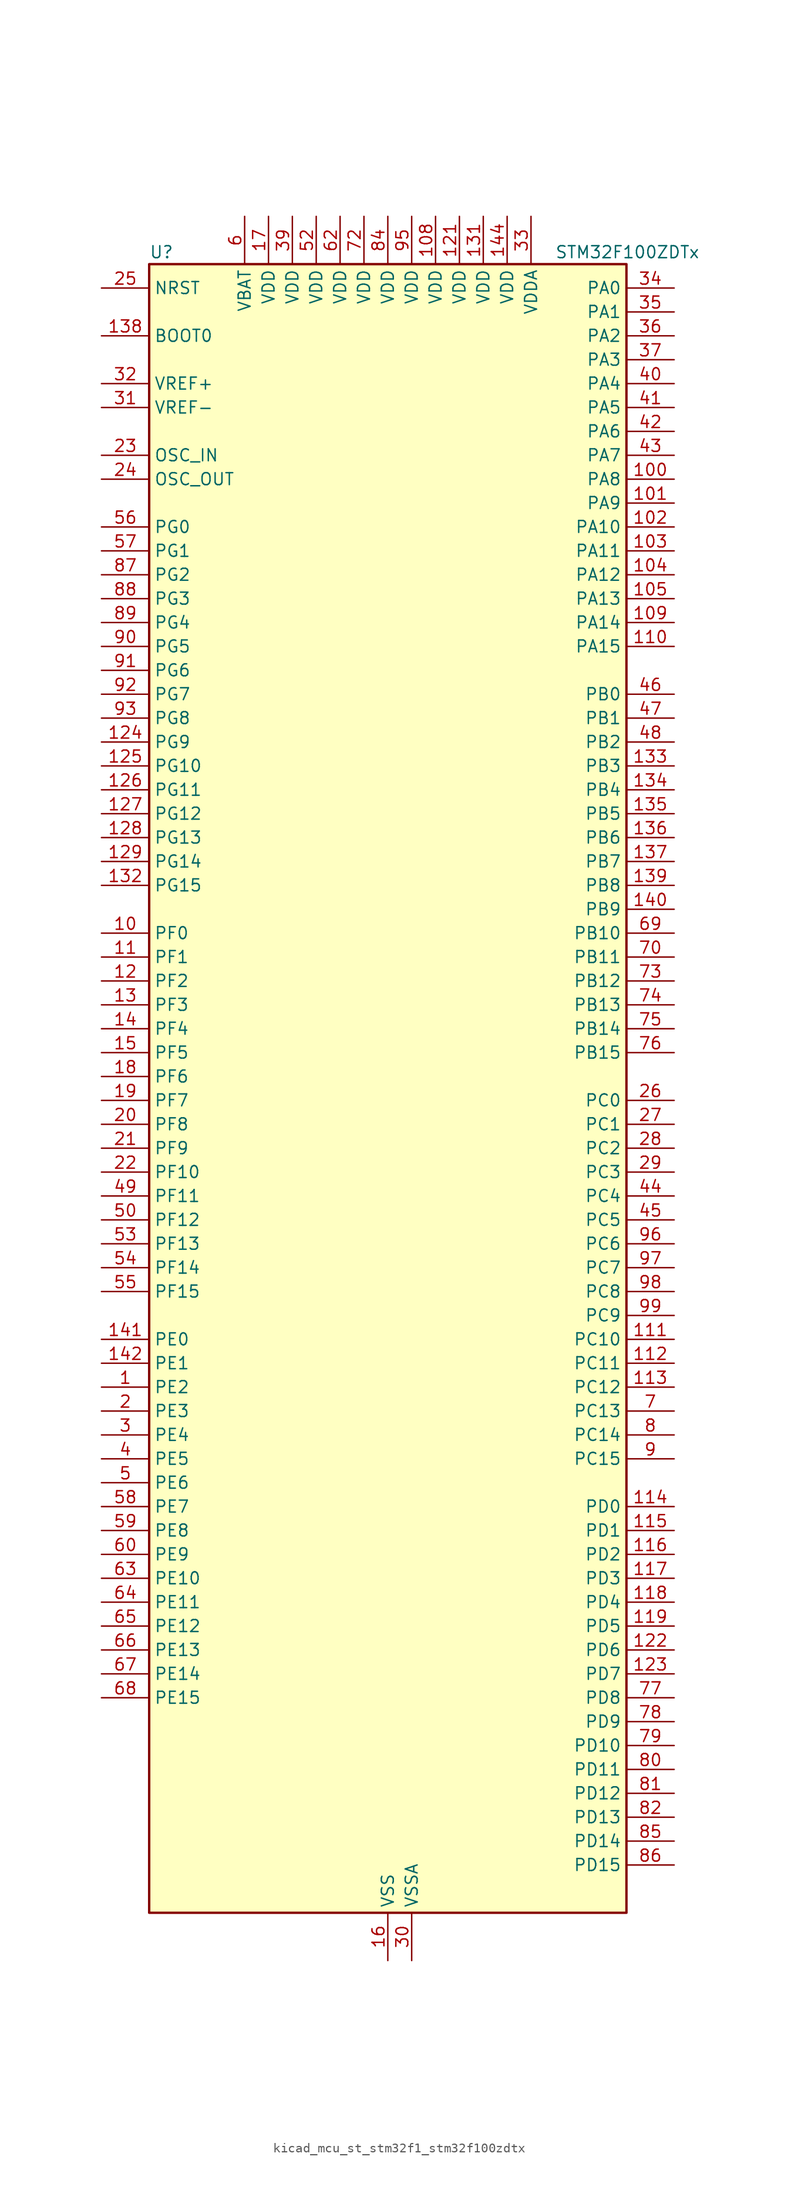
<source format=kicad_sym>
(kicad_symbol_lib
  (version 20220914)
  (generator kicad_symbol_editor)
  (symbol "kicad_mcu_st_stm32f1_stm32f100zdtx"
    (property "Reference" "U"
      (at -25.4 90.17 0)
      (effects (font (size 1.27 1.27)) (justify left)))
    (property "Value" "STM32F100ZDTx"
      (at 17.78 90.17 0)
      (effects (font (size 1.27 1.27)) (justify left)))
    (property "ki_locked" ""
      (at 0 0 0)
      (effects (font (size 1.27 1.27))))
    (symbol "kicad_mcu_st_stm32f1_stm32f100zdtx_0_1"
      (rectangle (start -25.4 -86.36) (end 25.4 88.9) (stroke (width 0.254) (type default)) (fill (type background))))
    (symbol "kicad_mcu_st_stm32f1_stm32f100zdtx_1_1"
      (pin bidirectional line (at -30.48 -30.48 0) (length 5.08) (name "PE2" (effects (font (size 1.27 1.27)))) (number "1" (effects (font (size 1.27 1.27)))) (alternate "FSMC_A23" bidirectional line) (alternate "SYS_TRACECLK" bidirectional line))
      (pin bidirectional line (at -30.48 17.78 0) (length 5.08) (name "PF0" (effects (font (size 1.27 1.27)))) (number "10" (effects (font (size 1.27 1.27)))) (alternate "FSMC_A0" bidirectional line))
      (pin bidirectional line (at 30.48 66.04 180) (length 5.08) (name "PA8" (effects (font (size 1.27 1.27)))) (number "100" (effects (font (size 1.27 1.27)))) (alternate "RCC_MCO" bidirectional line) (alternate "TIM1_CH1" bidirectional line) (alternate "USART1_CK" bidirectional line))
      (pin bidirectional line (at 30.48 63.5 180) (length 5.08) (name "PA9" (effects (font (size 1.27 1.27)))) (number "101" (effects (font (size 1.27 1.27)))) (alternate "DAC_EXTI9" bidirectional line) (alternate "TIM15_BKIN" bidirectional line) (alternate "TIM1_CH2" bidirectional line) (alternate "USART1_TX" bidirectional line))
      (pin bidirectional line (at 30.48 60.96 180) (length 5.08) (name "PA10" (effects (font (size 1.27 1.27)))) (number "102" (effects (font (size 1.27 1.27)))) (alternate "TIM17_BKIN" bidirectional line) (alternate "TIM1_CH3" bidirectional line) (alternate "USART1_RX" bidirectional line))
      (pin bidirectional line (at 30.48 58.42 180) (length 5.08) (name "PA11" (effects (font (size 1.27 1.27)))) (number "103" (effects (font (size 1.27 1.27)))) (alternate "ADC1_EXTI11" bidirectional line) (alternate "TIM1_CH4" bidirectional line) (alternate "USART1_CTS" bidirectional line))
      (pin bidirectional line (at 30.48 55.88 180) (length 5.08) (name "PA12" (effects (font (size 1.27 1.27)))) (number "104" (effects (font (size 1.27 1.27)))) (alternate "TIM1_ETR" bidirectional line) (alternate "USART1_RTS" bidirectional line))
      (pin bidirectional line (at 30.48 53.34 180) (length 5.08) (name "PA13" (effects (font (size 1.27 1.27)))) (number "105" (effects (font (size 1.27 1.27)))) (alternate "SYS_JTMS-SWDIO" bidirectional line))
      (pin no_connect line (at -25.4 -86.36 0) (length 5.08) hide (name "NC" (effects (font (size 1.27 1.27)))) (number "106" (effects (font (size 1.27 1.27)))))
      (pin passive line (at 0 -91.44 90) (length 5.08) hide (name "VSS" (effects (font (size 1.27 1.27)))) (number "107" (effects (font (size 1.27 1.27)))))
      (pin power_in line (at 5.08 93.98 270) (length 5.08) (name "VDD" (effects (font (size 1.27 1.27)))) (number "108" (effects (font (size 1.27 1.27)))))
      (pin bidirectional line (at 30.48 50.8 180) (length 5.08) (name "PA14" (effects (font (size 1.27 1.27)))) (number "109" (effects (font (size 1.27 1.27)))) (alternate "SYS_JTCK-SWCLK" bidirectional line))
      (pin bidirectional line (at -30.48 15.24 0) (length 5.08) (name "PF1" (effects (font (size 1.27 1.27)))) (number "11" (effects (font (size 1.27 1.27)))) (alternate "FSMC_A1" bidirectional line))
      (pin bidirectional line (at 30.48 48.26 180) (length 5.08) (name "PA15" (effects (font (size 1.27 1.27)))) (number "110" (effects (font (size 1.27 1.27)))) (alternate "ADC1_EXTI15" bidirectional line) (alternate "SPI1_NSS" bidirectional line) (alternate "SPI3_NSS" bidirectional line) (alternate "SYS_JTDI" bidirectional line) (alternate "TIM2_CH1" bidirectional line) (alternate "TIM2_ETR" bidirectional line))
      (pin bidirectional line (at 30.48 -25.4 180) (length 5.08) (name "PC10" (effects (font (size 1.27 1.27)))) (number "111" (effects (font (size 1.27 1.27)))) (alternate "UART4_TX" bidirectional line) (alternate "USART3_TX" bidirectional line))
      (pin bidirectional line (at 30.48 -27.94 180) (length 5.08) (name "PC11" (effects (font (size 1.27 1.27)))) (number "112" (effects (font (size 1.27 1.27)))) (alternate "ADC1_EXTI11" bidirectional line) (alternate "UART4_RX" bidirectional line) (alternate "USART3_RX" bidirectional line))
      (pin bidirectional line (at 30.48 -30.48 180) (length 5.08) (name "PC12" (effects (font (size 1.27 1.27)))) (number "113" (effects (font (size 1.27 1.27)))) (alternate "UART5_TX" bidirectional line) (alternate "USART3_CK" bidirectional line))
      (pin bidirectional line (at 30.48 -43.18 180) (length 5.08) (name "PD0" (effects (font (size 1.27 1.27)))) (number "114" (effects (font (size 1.27 1.27)))) (alternate "FSMC_D2" bidirectional line) (alternate "FSMC_DA2" bidirectional line))
      (pin bidirectional line (at 30.48 -45.72 180) (length 5.08) (name "PD1" (effects (font (size 1.27 1.27)))) (number "115" (effects (font (size 1.27 1.27)))) (alternate "FSMC_D3" bidirectional line) (alternate "FSMC_DA3" bidirectional line))
      (pin bidirectional line (at 30.48 -48.26 180) (length 5.08) (name "PD2" (effects (font (size 1.27 1.27)))) (number "116" (effects (font (size 1.27 1.27)))) (alternate "TIM3_ETR" bidirectional line) (alternate "UART5_RX" bidirectional line))
      (pin bidirectional line (at 30.48 -50.8 180) (length 5.08) (name "PD3" (effects (font (size 1.27 1.27)))) (number "117" (effects (font (size 1.27 1.27)))) (alternate "FSMC_CLK" bidirectional line) (alternate "USART2_CTS" bidirectional line))
      (pin bidirectional line (at 30.48 -53.34 180) (length 5.08) (name "PD4" (effects (font (size 1.27 1.27)))) (number "118" (effects (font (size 1.27 1.27)))) (alternate "FSMC_NOE" bidirectional line) (alternate "USART2_RTS" bidirectional line))
      (pin bidirectional line (at 30.48 -55.88 180) (length 5.08) (name "PD5" (effects (font (size 1.27 1.27)))) (number "119" (effects (font (size 1.27 1.27)))) (alternate "FSMC_NWE" bidirectional line) (alternate "USART2_TX" bidirectional line))
      (pin bidirectional line (at -30.48 12.7 0) (length 5.08) (name "PF2" (effects (font (size 1.27 1.27)))) (number "12" (effects (font (size 1.27 1.27)))) (alternate "FSMC_A2" bidirectional line))
      (pin passive line (at 0 -91.44 90) (length 5.08) hide (name "VSS" (effects (font (size 1.27 1.27)))) (number "120" (effects (font (size 1.27 1.27)))))
      (pin power_in line (at 7.62 93.98 270) (length 5.08) (name "VDD" (effects (font (size 1.27 1.27)))) (number "121" (effects (font (size 1.27 1.27)))))
      (pin bidirectional line (at 30.48 -58.42 180) (length 5.08) (name "PD6" (effects (font (size 1.27 1.27)))) (number "122" (effects (font (size 1.27 1.27)))) (alternate "FSMC_NWAIT" bidirectional line) (alternate "USART2_RX" bidirectional line))
      (pin bidirectional line (at 30.48 -60.96 180) (length 5.08) (name "PD7" (effects (font (size 1.27 1.27)))) (number "123" (effects (font (size 1.27 1.27)))) (alternate "FSMC_NE1" bidirectional line) (alternate "USART2_CK" bidirectional line))
      (pin bidirectional line (at -30.48 38.1 0) (length 5.08) (name "PG9" (effects (font (size 1.27 1.27)))) (number "124" (effects (font (size 1.27 1.27)))) (alternate "DAC_EXTI9" bidirectional line) (alternate "FSMC_NE2" bidirectional line))
      (pin bidirectional line (at -30.48 35.56 0) (length 5.08) (name "PG10" (effects (font (size 1.27 1.27)))) (number "125" (effects (font (size 1.27 1.27)))) (alternate "FSMC_NE3" bidirectional line))
      (pin bidirectional line (at -30.48 33.02 0) (length 5.08) (name "PG11" (effects (font (size 1.27 1.27)))) (number "126" (effects (font (size 1.27 1.27)))) (alternate "ADC1_EXTI11" bidirectional line))
      (pin bidirectional line (at -30.48 30.48 0) (length 5.08) (name "PG12" (effects (font (size 1.27 1.27)))) (number "127" (effects (font (size 1.27 1.27)))) (alternate "FSMC_NE4" bidirectional line))
      (pin bidirectional line (at -30.48 27.94 0) (length 5.08) (name "PG13" (effects (font (size 1.27 1.27)))) (number "128" (effects (font (size 1.27 1.27)))) (alternate "FSMC_A24" bidirectional line))
      (pin bidirectional line (at -30.48 25.4 0) (length 5.08) (name "PG14" (effects (font (size 1.27 1.27)))) (number "129" (effects (font (size 1.27 1.27)))) (alternate "FSMC_A25" bidirectional line))
      (pin bidirectional line (at -30.48 10.16 0) (length 5.08) (name "PF3" (effects (font (size 1.27 1.27)))) (number "13" (effects (font (size 1.27 1.27)))) (alternate "FSMC_A3" bidirectional line))
      (pin passive line (at 0 -91.44 90) (length 5.08) hide (name "VSS" (effects (font (size 1.27 1.27)))) (number "130" (effects (font (size 1.27 1.27)))))
      (pin power_in line (at 10.16 93.98 270) (length 5.08) (name "VDD" (effects (font (size 1.27 1.27)))) (number "131" (effects (font (size 1.27 1.27)))))
      (pin bidirectional line (at -30.48 22.86 0) (length 5.08) (name "PG15" (effects (font (size 1.27 1.27)))) (number "132" (effects (font (size 1.27 1.27)))) (alternate "ADC1_EXTI15" bidirectional line))
      (pin bidirectional line (at 30.48 35.56 180) (length 5.08) (name "PB3" (effects (font (size 1.27 1.27)))) (number "133" (effects (font (size 1.27 1.27)))) (alternate "SPI1_SCK" bidirectional line) (alternate "SPI3_SCK" bidirectional line) (alternate "SYS_JTDO-TRACESWO" bidirectional line) (alternate "TIM2_CH2" bidirectional line))
      (pin bidirectional line (at 30.48 33.02 180) (length 5.08) (name "PB4" (effects (font (size 1.27 1.27)))) (number "134" (effects (font (size 1.27 1.27)))) (alternate "SPI1_MISO" bidirectional line) (alternate "SPI3_MISO" bidirectional line) (alternate "SYS_NJTRST" bidirectional line) (alternate "TIM3_CH1" bidirectional line))
      (pin bidirectional line (at 30.48 30.48 180) (length 5.08) (name "PB5" (effects (font (size 1.27 1.27)))) (number "135" (effects (font (size 1.27 1.27)))) (alternate "I2C1_SMBA" bidirectional line) (alternate "SPI1_MOSI" bidirectional line) (alternate "SPI3_MOSI" bidirectional line) (alternate "TIM16_BKIN" bidirectional line) (alternate "TIM3_CH2" bidirectional line))
      (pin bidirectional line (at 30.48 27.94 180) (length 5.08) (name "PB6" (effects (font (size 1.27 1.27)))) (number "136" (effects (font (size 1.27 1.27)))) (alternate "I2C1_SCL" bidirectional line) (alternate "TIM16_CH1N" bidirectional line) (alternate "TIM4_CH1" bidirectional line) (alternate "USART1_TX" bidirectional line))
      (pin bidirectional line (at 30.48 25.4 180) (length 5.08) (name "PB7" (effects (font (size 1.27 1.27)))) (number "137" (effects (font (size 1.27 1.27)))) (alternate "FSMC_NL" bidirectional line) (alternate "I2C1_SDA" bidirectional line) (alternate "TIM17_CH1N" bidirectional line) (alternate "TIM4_CH2" bidirectional line) (alternate "USART1_RX" bidirectional line))
      (pin input line (at -30.48 81.28 0) (length 5.08) (name "BOOT0" (effects (font (size 1.27 1.27)))) (number "138" (effects (font (size 1.27 1.27)))))
      (pin bidirectional line (at 30.48 22.86 180) (length 5.08) (name "PB8" (effects (font (size 1.27 1.27)))) (number "139" (effects (font (size 1.27 1.27)))) (alternate "CEC" bidirectional line) (alternate "I2C1_SCL" bidirectional line) (alternate "TIM16_CH1" bidirectional line) (alternate "TIM4_CH3" bidirectional line))
      (pin bidirectional line (at -30.48 7.62 0) (length 5.08) (name "PF4" (effects (font (size 1.27 1.27)))) (number "14" (effects (font (size 1.27 1.27)))) (alternate "FSMC_A4" bidirectional line))
      (pin bidirectional line (at 30.48 20.32 180) (length 5.08) (name "PB9" (effects (font (size 1.27 1.27)))) (number "140" (effects (font (size 1.27 1.27)))) (alternate "DAC_EXTI9" bidirectional line) (alternate "I2C1_SDA" bidirectional line) (alternate "TIM17_CH1" bidirectional line) (alternate "TIM4_CH4" bidirectional line))
      (pin bidirectional line (at -30.48 -25.4 0) (length 5.08) (name "PE0" (effects (font (size 1.27 1.27)))) (number "141" (effects (font (size 1.27 1.27)))) (alternate "FSMC_NBL0" bidirectional line) (alternate "TIM4_ETR" bidirectional line))
      (pin bidirectional line (at -30.48 -27.94 0) (length 5.08) (name "PE1" (effects (font (size 1.27 1.27)))) (number "142" (effects (font (size 1.27 1.27)))) (alternate "FSMC_NBL1" bidirectional line))
      (pin passive line (at 0 -91.44 90) (length 5.08) hide (name "VSS" (effects (font (size 1.27 1.27)))) (number "143" (effects (font (size 1.27 1.27)))))
      (pin power_in line (at 12.7 93.98 270) (length 5.08) (name "VDD" (effects (font (size 1.27 1.27)))) (number "144" (effects (font (size 1.27 1.27)))))
      (pin bidirectional line (at -30.48 5.08 0) (length 5.08) (name "PF5" (effects (font (size 1.27 1.27)))) (number "15" (effects (font (size 1.27 1.27)))) (alternate "FSMC_A5" bidirectional line))
      (pin power_in line (at 0 -91.44 90) (length 5.08) (name "VSS" (effects (font (size 1.27 1.27)))) (number "16" (effects (font (size 1.27 1.27)))))
      (pin power_in line (at -12.7 93.98 270) (length 5.08) (name "VDD" (effects (font (size 1.27 1.27)))) (number "17" (effects (font (size 1.27 1.27)))))
      (pin bidirectional line (at -30.48 2.54 0) (length 5.08) (name "PF6" (effects (font (size 1.27 1.27)))) (number "18" (effects (font (size 1.27 1.27)))))
      (pin bidirectional line (at -30.48 0 0) (length 5.08) (name "PF7" (effects (font (size 1.27 1.27)))) (number "19" (effects (font (size 1.27 1.27)))))
      (pin bidirectional line (at -30.48 -33.02 0) (length 5.08) (name "PE3" (effects (font (size 1.27 1.27)))) (number "2" (effects (font (size 1.27 1.27)))) (alternate "FSMC_A19" bidirectional line) (alternate "SYS_TRACED0" bidirectional line))
      (pin bidirectional line (at -30.48 -2.54 0) (length 5.08) (name "PF8" (effects (font (size 1.27 1.27)))) (number "20" (effects (font (size 1.27 1.27)))))
      (pin bidirectional line (at -30.48 -5.08 0) (length 5.08) (name "PF9" (effects (font (size 1.27 1.27)))) (number "21" (effects (font (size 1.27 1.27)))) (alternate "DAC_EXTI9" bidirectional line))
      (pin bidirectional line (at -30.48 -7.62 0) (length 5.08) (name "PF10" (effects (font (size 1.27 1.27)))) (number "22" (effects (font (size 1.27 1.27)))))
      (pin input line (at -30.48 68.58 0) (length 5.08) (name "OSC_IN" (effects (font (size 1.27 1.27)))) (number "23" (effects (font (size 1.27 1.27)))) (alternate "RCC_OSC_IN" bidirectional line))
      (pin input line (at -30.48 66.04 0) (length 5.08) (name "OSC_OUT" (effects (font (size 1.27 1.27)))) (number "24" (effects (font (size 1.27 1.27)))) (alternate "RCC_OSC_OUT" bidirectional line))
      (pin input line (at -30.48 86.36 0) (length 5.08) (name "NRST" (effects (font (size 1.27 1.27)))) (number "25" (effects (font (size 1.27 1.27)))))
      (pin bidirectional line (at 30.48 0 180) (length 5.08) (name "PC0" (effects (font (size 1.27 1.27)))) (number "26" (effects (font (size 1.27 1.27)))) (alternate "ADC1_IN10" bidirectional line))
      (pin bidirectional line (at 30.48 -2.54 180) (length 5.08) (name "PC1" (effects (font (size 1.27 1.27)))) (number "27" (effects (font (size 1.27 1.27)))) (alternate "ADC1_IN11" bidirectional line))
      (pin bidirectional line (at 30.48 -5.08 180) (length 5.08) (name "PC2" (effects (font (size 1.27 1.27)))) (number "28" (effects (font (size 1.27 1.27)))) (alternate "ADC1_IN12" bidirectional line))
      (pin bidirectional line (at 30.48 -7.62 180) (length 5.08) (name "PC3" (effects (font (size 1.27 1.27)))) (number "29" (effects (font (size 1.27 1.27)))) (alternate "ADC1_IN13" bidirectional line))
      (pin bidirectional line (at -30.48 -35.56 0) (length 5.08) (name "PE4" (effects (font (size 1.27 1.27)))) (number "3" (effects (font (size 1.27 1.27)))) (alternate "FSMC_A20" bidirectional line) (alternate "SYS_TRACED1" bidirectional line))
      (pin power_in line (at 2.54 -91.44 90) (length 5.08) (name "VSSA" (effects (font (size 1.27 1.27)))) (number "30" (effects (font (size 1.27 1.27)))))
      (pin input line (at -30.48 73.66 0) (length 5.08) (name "VREF-" (effects (font (size 1.27 1.27)))) (number "31" (effects (font (size 1.27 1.27)))))
      (pin input line (at -30.48 76.2 0) (length 5.08) (name "VREF+" (effects (font (size 1.27 1.27)))) (number "32" (effects (font (size 1.27 1.27)))))
      (pin power_in line (at 15.24 93.98 270) (length 5.08) (name "VDDA" (effects (font (size 1.27 1.27)))) (number "33" (effects (font (size 1.27 1.27)))))
      (pin bidirectional line (at 30.48 86.36 180) (length 5.08) (name "PA0" (effects (font (size 1.27 1.27)))) (number "34" (effects (font (size 1.27 1.27)))) (alternate "ADC1_IN0" bidirectional line) (alternate "SYS_WKUP" bidirectional line) (alternate "TIM2_CH1" bidirectional line) (alternate "TIM2_ETR" bidirectional line) (alternate "TIM5_CH1" bidirectional line) (alternate "USART2_CTS" bidirectional line))
      (pin bidirectional line (at 30.48 83.82 180) (length 5.08) (name "PA1" (effects (font (size 1.27 1.27)))) (number "35" (effects (font (size 1.27 1.27)))) (alternate "ADC1_IN1" bidirectional line) (alternate "TIM2_CH2" bidirectional line) (alternate "TIM5_CH2" bidirectional line) (alternate "USART2_RTS" bidirectional line))
      (pin bidirectional line (at 30.48 81.28 180) (length 5.08) (name "PA2" (effects (font (size 1.27 1.27)))) (number "36" (effects (font (size 1.27 1.27)))) (alternate "ADC1_IN2" bidirectional line) (alternate "TIM15_CH1" bidirectional line) (alternate "TIM2_CH3" bidirectional line) (alternate "TIM5_CH3" bidirectional line) (alternate "USART2_TX" bidirectional line))
      (pin bidirectional line (at 30.48 78.74 180) (length 5.08) (name "PA3" (effects (font (size 1.27 1.27)))) (number "37" (effects (font (size 1.27 1.27)))) (alternate "ADC1_IN3" bidirectional line) (alternate "TIM15_CH2" bidirectional line) (alternate "TIM2_CH4" bidirectional line) (alternate "TIM5_CH4" bidirectional line) (alternate "USART2_RX" bidirectional line))
      (pin passive line (at 0 -91.44 90) (length 5.08) hide (name "VSS" (effects (font (size 1.27 1.27)))) (number "38" (effects (font (size 1.27 1.27)))))
      (pin power_in line (at -10.16 93.98 270) (length 5.08) (name "VDD" (effects (font (size 1.27 1.27)))) (number "39" (effects (font (size 1.27 1.27)))))
      (pin bidirectional line (at -30.48 -38.1 0) (length 5.08) (name "PE5" (effects (font (size 1.27 1.27)))) (number "4" (effects (font (size 1.27 1.27)))) (alternate "FSMC_A21" bidirectional line) (alternate "SYS_TRACED2" bidirectional line))
      (pin bidirectional line (at 30.48 76.2 180) (length 5.08) (name "PA4" (effects (font (size 1.27 1.27)))) (number "40" (effects (font (size 1.27 1.27)))) (alternate "ADC1_IN4" bidirectional line) (alternate "DAC_OUT1" bidirectional line) (alternate "SPI1_NSS" bidirectional line) (alternate "USART2_CK" bidirectional line))
      (pin bidirectional line (at 30.48 73.66 180) (length 5.08) (name "PA5" (effects (font (size 1.27 1.27)))) (number "41" (effects (font (size 1.27 1.27)))) (alternate "ADC1_IN5" bidirectional line) (alternate "DAC_OUT2" bidirectional line) (alternate "SPI1_SCK" bidirectional line))
      (pin bidirectional line (at 30.48 71.12 180) (length 5.08) (name "PA6" (effects (font (size 1.27 1.27)))) (number "42" (effects (font (size 1.27 1.27)))) (alternate "ADC1_IN6" bidirectional line) (alternate "SPI1_MISO" bidirectional line) (alternate "TIM16_CH1" bidirectional line) (alternate "TIM1_BKIN" bidirectional line) (alternate "TIM3_CH1" bidirectional line))
      (pin bidirectional line (at 30.48 68.58 180) (length 5.08) (name "PA7" (effects (font (size 1.27 1.27)))) (number "43" (effects (font (size 1.27 1.27)))) (alternate "ADC1_IN7" bidirectional line) (alternate "SPI1_MOSI" bidirectional line) (alternate "TIM17_CH1" bidirectional line) (alternate "TIM1_CH1N" bidirectional line) (alternate "TIM3_CH2" bidirectional line))
      (pin bidirectional line (at 30.48 -10.16 180) (length 5.08) (name "PC4" (effects (font (size 1.27 1.27)))) (number "44" (effects (font (size 1.27 1.27)))) (alternate "ADC1_IN14" bidirectional line) (alternate "TIM12_CH1" bidirectional line))
      (pin bidirectional line (at 30.48 -12.7 180) (length 5.08) (name "PC5" (effects (font (size 1.27 1.27)))) (number "45" (effects (font (size 1.27 1.27)))) (alternate "ADC1_IN15" bidirectional line) (alternate "TIM12_CH2" bidirectional line))
      (pin bidirectional line (at 30.48 43.18 180) (length 5.08) (name "PB0" (effects (font (size 1.27 1.27)))) (number "46" (effects (font (size 1.27 1.27)))) (alternate "ADC1_IN8" bidirectional line) (alternate "TIM13_CH1" bidirectional line) (alternate "TIM1_CH2N" bidirectional line) (alternate "TIM3_CH3" bidirectional line))
      (pin bidirectional line (at 30.48 40.64 180) (length 5.08) (name "PB1" (effects (font (size 1.27 1.27)))) (number "47" (effects (font (size 1.27 1.27)))) (alternate "ADC1_IN9" bidirectional line) (alternate "TIM14_CH1" bidirectional line) (alternate "TIM1_CH3N" bidirectional line) (alternate "TIM3_CH4" bidirectional line))
      (pin bidirectional line (at 30.48 38.1 180) (length 5.08) (name "PB2" (effects (font (size 1.27 1.27)))) (number "48" (effects (font (size 1.27 1.27)))))
      (pin bidirectional line (at -30.48 -10.16 0) (length 5.08) (name "PF11" (effects (font (size 1.27 1.27)))) (number "49" (effects (font (size 1.27 1.27)))) (alternate "ADC1_EXTI11" bidirectional line))
      (pin bidirectional line (at -30.48 -40.64 0) (length 5.08) (name "PE6" (effects (font (size 1.27 1.27)))) (number "5" (effects (font (size 1.27 1.27)))) (alternate "FSMC_A22" bidirectional line) (alternate "SYS_TRACED3" bidirectional line))
      (pin bidirectional line (at -30.48 -12.7 0) (length 5.08) (name "PF12" (effects (font (size 1.27 1.27)))) (number "50" (effects (font (size 1.27 1.27)))) (alternate "FSMC_A6" bidirectional line))
      (pin passive line (at 0 -91.44 90) (length 5.08) hide (name "VSS" (effects (font (size 1.27 1.27)))) (number "51" (effects (font (size 1.27 1.27)))))
      (pin power_in line (at -7.62 93.98 270) (length 5.08) (name "VDD" (effects (font (size 1.27 1.27)))) (number "52" (effects (font (size 1.27 1.27)))))
      (pin bidirectional line (at -30.48 -15.24 0) (length 5.08) (name "PF13" (effects (font (size 1.27 1.27)))) (number "53" (effects (font (size 1.27 1.27)))) (alternate "FSMC_A7" bidirectional line))
      (pin bidirectional line (at -30.48 -17.78 0) (length 5.08) (name "PF14" (effects (font (size 1.27 1.27)))) (number "54" (effects (font (size 1.27 1.27)))) (alternate "FSMC_A8" bidirectional line))
      (pin bidirectional line (at -30.48 -20.32 0) (length 5.08) (name "PF15" (effects (font (size 1.27 1.27)))) (number "55" (effects (font (size 1.27 1.27)))) (alternate "ADC1_EXTI15" bidirectional line) (alternate "FSMC_A9" bidirectional line))
      (pin bidirectional line (at -30.48 60.96 0) (length 5.08) (name "PG0" (effects (font (size 1.27 1.27)))) (number "56" (effects (font (size 1.27 1.27)))) (alternate "FSMC_A10" bidirectional line))
      (pin bidirectional line (at -30.48 58.42 0) (length 5.08) (name "PG1" (effects (font (size 1.27 1.27)))) (number "57" (effects (font (size 1.27 1.27)))) (alternate "FSMC_A11" bidirectional line))
      (pin bidirectional line (at -30.48 -43.18 0) (length 5.08) (name "PE7" (effects (font (size 1.27 1.27)))) (number "58" (effects (font (size 1.27 1.27)))) (alternate "FSMC_D4" bidirectional line) (alternate "FSMC_DA4" bidirectional line) (alternate "TIM1_ETR" bidirectional line))
      (pin bidirectional line (at -30.48 -45.72 0) (length 5.08) (name "PE8" (effects (font (size 1.27 1.27)))) (number "59" (effects (font (size 1.27 1.27)))) (alternate "FSMC_D5" bidirectional line) (alternate "FSMC_DA5" bidirectional line) (alternate "TIM1_CH1N" bidirectional line))
      (pin power_in line (at -15.24 93.98 270) (length 5.08) (name "VBAT" (effects (font (size 1.27 1.27)))) (number "6" (effects (font (size 1.27 1.27)))))
      (pin bidirectional line (at -30.48 -48.26 0) (length 5.08) (name "PE9" (effects (font (size 1.27 1.27)))) (number "60" (effects (font (size 1.27 1.27)))) (alternate "DAC_EXTI9" bidirectional line) (alternate "FSMC_D6" bidirectional line) (alternate "FSMC_DA6" bidirectional line) (alternate "TIM1_CH1" bidirectional line))
      (pin passive line (at 0 -91.44 90) (length 5.08) hide (name "VSS" (effects (font (size 1.27 1.27)))) (number "61" (effects (font (size 1.27 1.27)))))
      (pin power_in line (at -5.08 93.98 270) (length 5.08) (name "VDD" (effects (font (size 1.27 1.27)))) (number "62" (effects (font (size 1.27 1.27)))))
      (pin bidirectional line (at -30.48 -50.8 0) (length 5.08) (name "PE10" (effects (font (size 1.27 1.27)))) (number "63" (effects (font (size 1.27 1.27)))) (alternate "FSMC_D7" bidirectional line) (alternate "FSMC_DA7" bidirectional line) (alternate "TIM1_CH2N" bidirectional line))
      (pin bidirectional line (at -30.48 -53.34 0) (length 5.08) (name "PE11" (effects (font (size 1.27 1.27)))) (number "64" (effects (font (size 1.27 1.27)))) (alternate "ADC1_EXTI11" bidirectional line) (alternate "FSMC_D8" bidirectional line) (alternate "FSMC_DA8" bidirectional line) (alternate "TIM1_CH2" bidirectional line))
      (pin bidirectional line (at -30.48 -55.88 0) (length 5.08) (name "PE12" (effects (font (size 1.27 1.27)))) (number "65" (effects (font (size 1.27 1.27)))) (alternate "FSMC_D9" bidirectional line) (alternate "FSMC_DA9" bidirectional line) (alternate "TIM1_CH3N" bidirectional line))
      (pin bidirectional line (at -30.48 -58.42 0) (length 5.08) (name "PE13" (effects (font (size 1.27 1.27)))) (number "66" (effects (font (size 1.27 1.27)))) (alternate "FSMC_D10" bidirectional line) (alternate "FSMC_DA10" bidirectional line) (alternate "TIM1_CH3" bidirectional line))
      (pin bidirectional line (at -30.48 -60.96 0) (length 5.08) (name "PE14" (effects (font (size 1.27 1.27)))) (number "67" (effects (font (size 1.27 1.27)))) (alternate "FSMC_D11" bidirectional line) (alternate "FSMC_DA11" bidirectional line) (alternate "TIM1_CH4" bidirectional line))
      (pin bidirectional line (at -30.48 -63.5 0) (length 5.08) (name "PE15" (effects (font (size 1.27 1.27)))) (number "68" (effects (font (size 1.27 1.27)))) (alternate "ADC1_EXTI15" bidirectional line) (alternate "FSMC_D12" bidirectional line) (alternate "FSMC_DA12" bidirectional line) (alternate "TIM1_BKIN" bidirectional line))
      (pin bidirectional line (at 30.48 17.78 180) (length 5.08) (name "PB10" (effects (font (size 1.27 1.27)))) (number "69" (effects (font (size 1.27 1.27)))) (alternate "CEC" bidirectional line) (alternate "I2C2_SCL" bidirectional line) (alternate "TIM2_CH3" bidirectional line) (alternate "USART3_TX" bidirectional line))
      (pin bidirectional line (at 30.48 -33.02 180) (length 5.08) (name "PC13" (effects (font (size 1.27 1.27)))) (number "7" (effects (font (size 1.27 1.27)))) (alternate "RTC_OUT" bidirectional line) (alternate "RTC_TAMPER" bidirectional line))
      (pin bidirectional line (at 30.48 15.24 180) (length 5.08) (name "PB11" (effects (font (size 1.27 1.27)))) (number "70" (effects (font (size 1.27 1.27)))) (alternate "ADC1_EXTI11" bidirectional line) (alternate "I2C2_SDA" bidirectional line) (alternate "TIM2_CH4" bidirectional line) (alternate "USART3_RX" bidirectional line))
      (pin passive line (at 0 -91.44 90) (length 5.08) hide (name "VSS" (effects (font (size 1.27 1.27)))) (number "71" (effects (font (size 1.27 1.27)))))
      (pin power_in line (at -2.54 93.98 270) (length 5.08) (name "VDD" (effects (font (size 1.27 1.27)))) (number "72" (effects (font (size 1.27 1.27)))))
      (pin bidirectional line (at 30.48 12.7 180) (length 5.08) (name "PB12" (effects (font (size 1.27 1.27)))) (number "73" (effects (font (size 1.27 1.27)))) (alternate "I2C2_SMBA" bidirectional line) (alternate "SPI2_NSS" bidirectional line) (alternate "TIM12_CH1" bidirectional line) (alternate "TIM1_BKIN" bidirectional line) (alternate "USART3_CK" bidirectional line))
      (pin bidirectional line (at 30.48 10.16 180) (length 5.08) (name "PB13" (effects (font (size 1.27 1.27)))) (number "74" (effects (font (size 1.27 1.27)))) (alternate "SPI2_SCK" bidirectional line) (alternate "TIM12_CH2" bidirectional line) (alternate "TIM1_CH1N" bidirectional line) (alternate "USART3_CTS" bidirectional line))
      (pin bidirectional line (at 30.48 7.62 180) (length 5.08) (name "PB14" (effects (font (size 1.27 1.27)))) (number "75" (effects (font (size 1.27 1.27)))) (alternate "SPI2_MISO" bidirectional line) (alternate "TIM15_CH1" bidirectional line) (alternate "TIM1_CH2N" bidirectional line) (alternate "USART3_RTS" bidirectional line))
      (pin bidirectional line (at 30.48 5.08 180) (length 5.08) (name "PB15" (effects (font (size 1.27 1.27)))) (number "76" (effects (font (size 1.27 1.27)))) (alternate "ADC1_EXTI15" bidirectional line) (alternate "SPI2_MOSI" bidirectional line) (alternate "TIM15_CH1N" bidirectional line) (alternate "TIM15_CH2" bidirectional line) (alternate "TIM1_CH3N" bidirectional line))
      (pin bidirectional line (at 30.48 -63.5 180) (length 5.08) (name "PD8" (effects (font (size 1.27 1.27)))) (number "77" (effects (font (size 1.27 1.27)))) (alternate "FSMC_D13" bidirectional line) (alternate "FSMC_DA13" bidirectional line) (alternate "USART3_TX" bidirectional line))
      (pin bidirectional line (at 30.48 -66.04 180) (length 5.08) (name "PD9" (effects (font (size 1.27 1.27)))) (number "78" (effects (font (size 1.27 1.27)))) (alternate "DAC_EXTI9" bidirectional line) (alternate "FSMC_D14" bidirectional line) (alternate "FSMC_DA14" bidirectional line) (alternate "USART3_RX" bidirectional line))
      (pin bidirectional line (at 30.48 -68.58 180) (length 5.08) (name "PD10" (effects (font (size 1.27 1.27)))) (number "79" (effects (font (size 1.27 1.27)))) (alternate "FSMC_D15" bidirectional line) (alternate "FSMC_DA15" bidirectional line) (alternate "USART3_CK" bidirectional line))
      (pin bidirectional line (at 30.48 -35.56 180) (length 5.08) (name "PC14" (effects (font (size 1.27 1.27)))) (number "8" (effects (font (size 1.27 1.27)))) (alternate "RCC_OSC32_IN" bidirectional line))
      (pin bidirectional line (at 30.48 -71.12 180) (length 5.08) (name "PD11" (effects (font (size 1.27 1.27)))) (number "80" (effects (font (size 1.27 1.27)))) (alternate "ADC1_EXTI11" bidirectional line) (alternate "FSMC_A16" bidirectional line) (alternate "USART3_CTS" bidirectional line))
      (pin bidirectional line (at 30.48 -73.66 180) (length 5.08) (name "PD12" (effects (font (size 1.27 1.27)))) (number "81" (effects (font (size 1.27 1.27)))) (alternate "FSMC_A17" bidirectional line) (alternate "TIM4_CH1" bidirectional line) (alternate "USART3_RTS" bidirectional line))
      (pin bidirectional line (at 30.48 -76.2 180) (length 5.08) (name "PD13" (effects (font (size 1.27 1.27)))) (number "82" (effects (font (size 1.27 1.27)))) (alternate "FSMC_A18" bidirectional line) (alternate "TIM4_CH2" bidirectional line))
      (pin passive line (at 0 -91.44 90) (length 5.08) hide (name "VSS" (effects (font (size 1.27 1.27)))) (number "83" (effects (font (size 1.27 1.27)))))
      (pin power_in line (at 0 93.98 270) (length 5.08) (name "VDD" (effects (font (size 1.27 1.27)))) (number "84" (effects (font (size 1.27 1.27)))))
      (pin bidirectional line (at 30.48 -78.74 180) (length 5.08) (name "PD14" (effects (font (size 1.27 1.27)))) (number "85" (effects (font (size 1.27 1.27)))) (alternate "FSMC_D0" bidirectional line) (alternate "FSMC_DA0" bidirectional line) (alternate "TIM4_CH3" bidirectional line))
      (pin bidirectional line (at 30.48 -81.28 180) (length 5.08) (name "PD15" (effects (font (size 1.27 1.27)))) (number "86" (effects (font (size 1.27 1.27)))) (alternate "ADC1_EXTI15" bidirectional line) (alternate "FSMC_D1" bidirectional line) (alternate "FSMC_DA1" bidirectional line) (alternate "TIM4_CH4" bidirectional line))
      (pin bidirectional line (at -30.48 55.88 0) (length 5.08) (name "PG2" (effects (font (size 1.27 1.27)))) (number "87" (effects (font (size 1.27 1.27)))) (alternate "FSMC_A12" bidirectional line))
      (pin bidirectional line (at -30.48 53.34 0) (length 5.08) (name "PG3" (effects (font (size 1.27 1.27)))) (number "88" (effects (font (size 1.27 1.27)))) (alternate "FSMC_A13" bidirectional line))
      (pin bidirectional line (at -30.48 50.8 0) (length 5.08) (name "PG4" (effects (font (size 1.27 1.27)))) (number "89" (effects (font (size 1.27 1.27)))) (alternate "FSMC_A14" bidirectional line))
      (pin bidirectional line (at 30.48 -38.1 180) (length 5.08) (name "PC15" (effects (font (size 1.27 1.27)))) (number "9" (effects (font (size 1.27 1.27)))) (alternate "ADC1_EXTI15" bidirectional line) (alternate "RCC_OSC32_OUT" bidirectional line))
      (pin bidirectional line (at -30.48 48.26 0) (length 5.08) (name "PG5" (effects (font (size 1.27 1.27)))) (number "90" (effects (font (size 1.27 1.27)))) (alternate "FSMC_A15" bidirectional line))
      (pin bidirectional line (at -30.48 45.72 0) (length 5.08) (name "PG6" (effects (font (size 1.27 1.27)))) (number "91" (effects (font (size 1.27 1.27)))))
      (pin bidirectional line (at -30.48 43.18 0) (length 5.08) (name "PG7" (effects (font (size 1.27 1.27)))) (number "92" (effects (font (size 1.27 1.27)))))
      (pin bidirectional line (at -30.48 40.64 0) (length 5.08) (name "PG8" (effects (font (size 1.27 1.27)))) (number "93" (effects (font (size 1.27 1.27)))))
      (pin passive line (at 0 -91.44 90) (length 5.08) hide (name "VSS" (effects (font (size 1.27 1.27)))) (number "94" (effects (font (size 1.27 1.27)))))
      (pin power_in line (at 2.54 93.98 270) (length 5.08) (name "VDD" (effects (font (size 1.27 1.27)))) (number "95" (effects (font (size 1.27 1.27)))))
      (pin bidirectional line (at 30.48 -15.24 180) (length 5.08) (name "PC6" (effects (font (size 1.27 1.27)))) (number "96" (effects (font (size 1.27 1.27)))) (alternate "TIM3_CH1" bidirectional line))
      (pin bidirectional line (at 30.48 -17.78 180) (length 5.08) (name "PC7" (effects (font (size 1.27 1.27)))) (number "97" (effects (font (size 1.27 1.27)))) (alternate "TIM3_CH2" bidirectional line))
      (pin bidirectional line (at 30.48 -20.32 180) (length 5.08) (name "PC8" (effects (font (size 1.27 1.27)))) (number "98" (effects (font (size 1.27 1.27)))) (alternate "TIM13_CH1" bidirectional line) (alternate "TIM3_CH3" bidirectional line))
      (pin bidirectional line (at 30.48 -22.86 180) (length 5.08) (name "PC9" (effects (font (size 1.27 1.27)))) (number "99" (effects (font (size 1.27 1.27)))) (alternate "DAC_EXTI9" bidirectional line) (alternate "TIM14_CH1" bidirectional line) (alternate "TIM3_CH4" bidirectional line)))))
</source>
